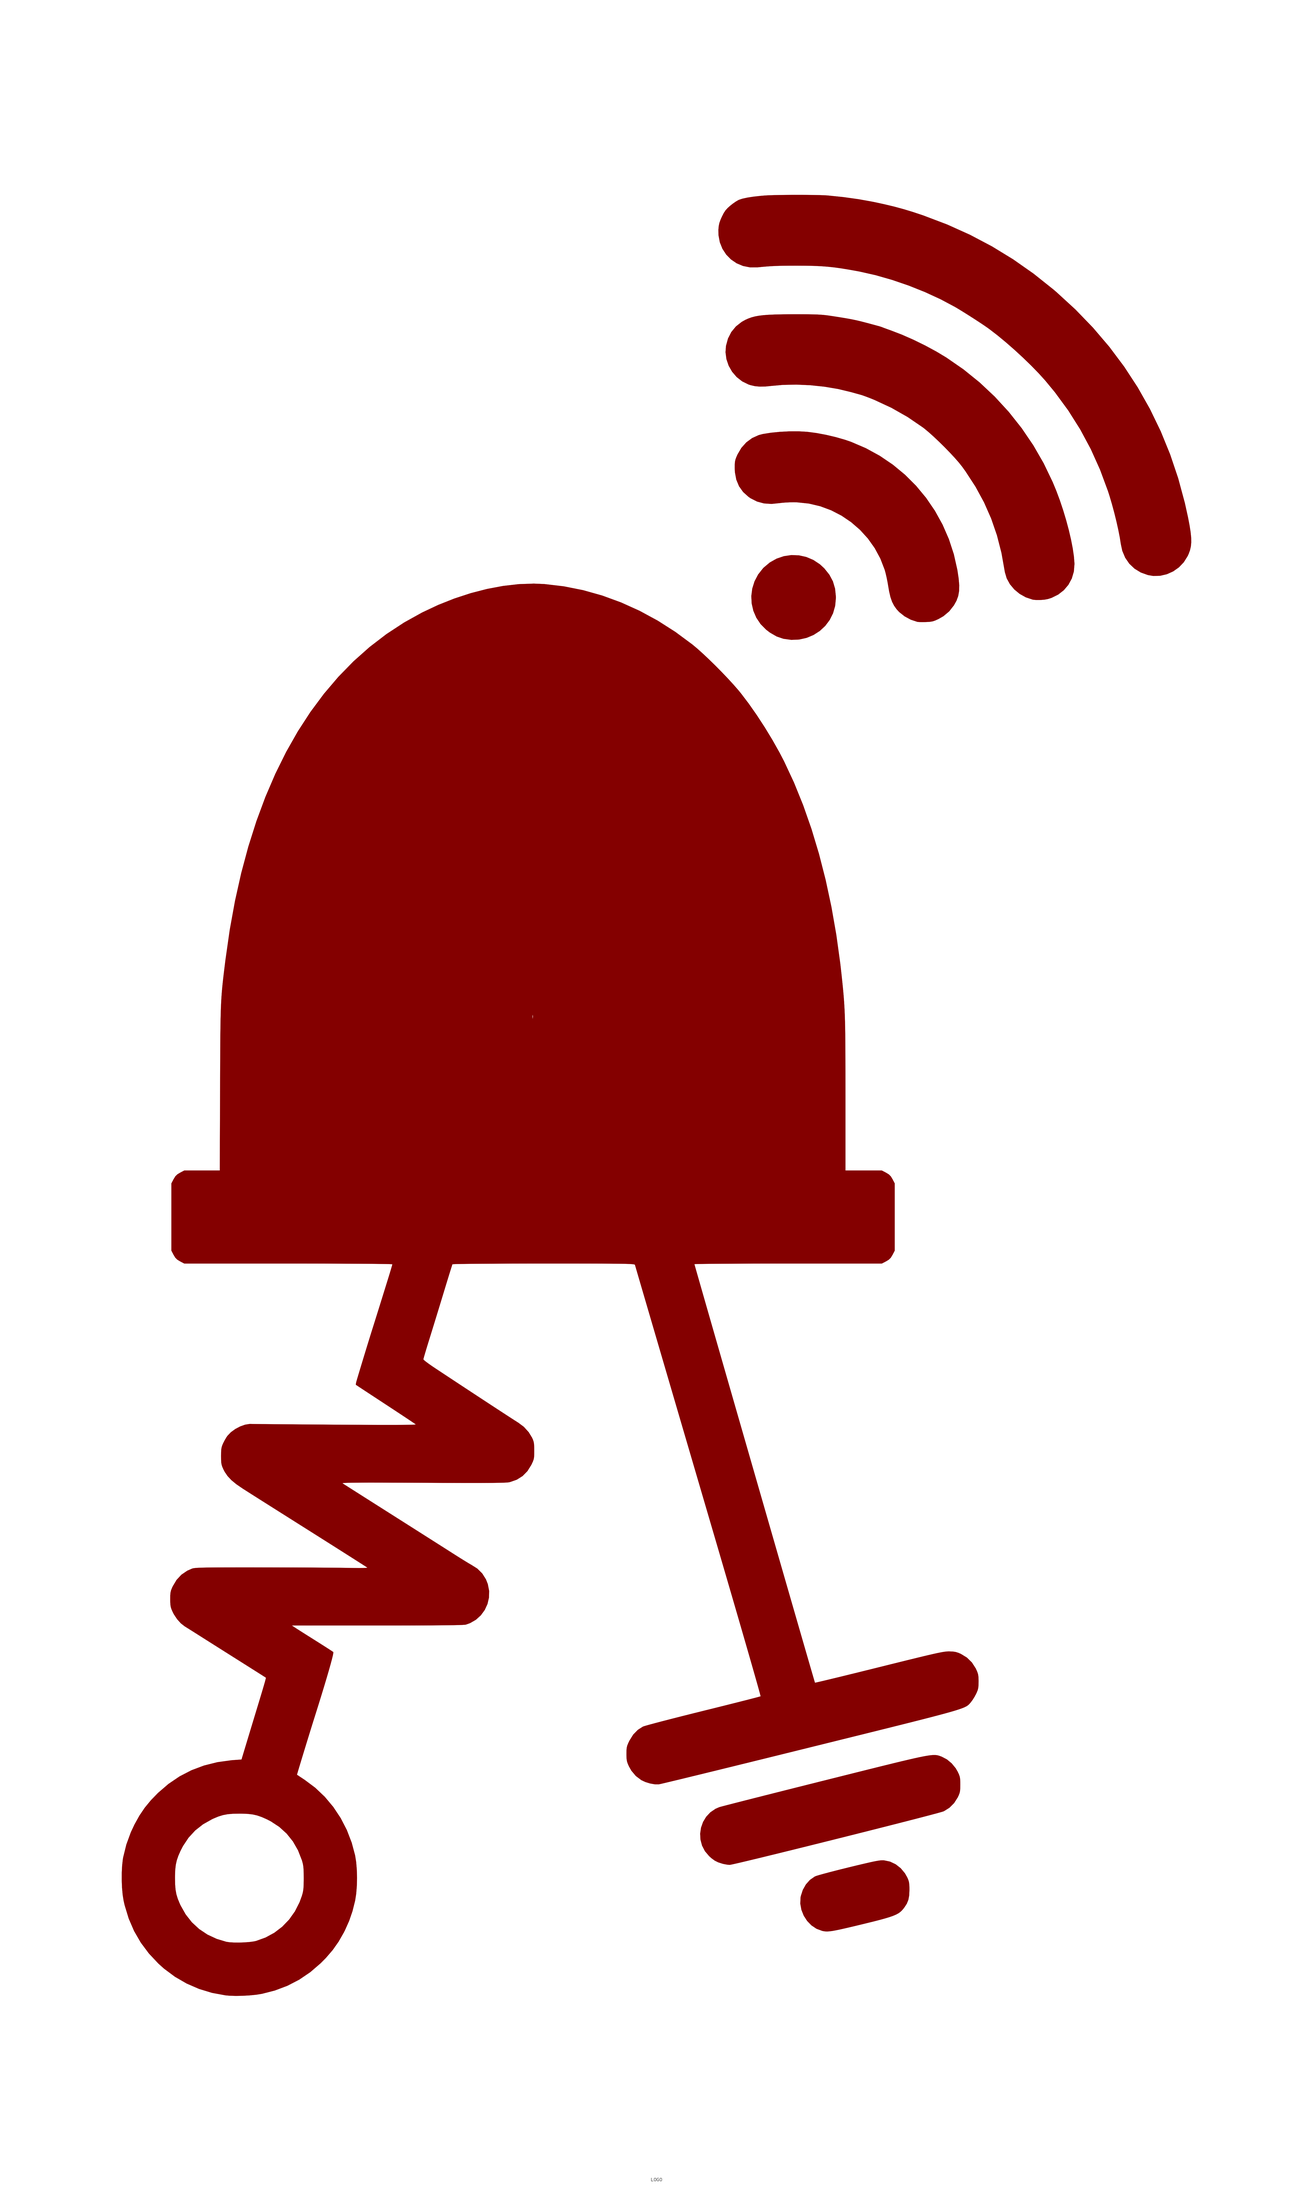
<source format=kicad_sym>
(kicad_symbol_lib
  (version 20210619)
  (generator bitmap2component)
  (symbol "LOGO"
    (pin_names
      (offset 1.016))
    (property "Reference" "#G"
      (at 0 257.67 0)
      (effects (font (size 1.27 1.27)) hide))
    (symbol "LOGO_0_0"
      (polyline (pts (xy -92.398 -238.607) (xy -90.495 -238.498) (xy -88.707 -238.318) (xy -87.178 -238.074) (xy -83.709 -237.185) (xy -80.291 -235.897) (xy -77.091 -234.24) (xy -74.094 -232.207) (xy -71.288 -229.791) (xy -69.877 -228.368) (xy -68.03 -226.221) (xy -66.445 -223.971) (xy -65.026 -221.492) (xy -64.718 -220.886) (xy -63.575 -218.328) (xy -62.68 -215.723) (xy -61.968 -212.887) (xy -61.953 -212.815) (xy -61.672 -211.003) (xy -61.505 -208.92) (xy -61.45 -206.702) (xy -61.51 -204.488) (xy -61.682 -202.413) (xy -61.968 -200.617) (xy -62.885 -197.192) (xy -64.207 -193.758) (xy -65.877 -190.523) (xy -67.874 -187.516) (xy -70.176 -184.771) (xy -72.762 -182.318) (xy -75.612 -180.189) (xy -76.404 -179.666) (xy -77.081 -179.217) (xy -77.538 -178.909) (xy -77.707 -178.789) (xy -77.686 -178.7) (xy -77.558 -178.252) (xy -77.329 -177.475) (xy -77.013 -176.423) (xy -76.628 -175.149) (xy -76.189 -173.705) (xy -75.712 -172.144) (xy -75.214 -170.518) (xy -74.71 -168.881) (xy -74.217 -167.285) (xy -73.751 -165.783) (xy -73.328 -164.427) (xy -72.963 -163.27) (xy -72.871 -162.979) (xy -71.945 -160.034) (xy -71.097 -157.298) (xy -70.333 -154.794) (xy -69.659 -152.543) (xy -69.082 -150.567) (xy -68.608 -148.89) (xy -68.244 -147.532) (xy -67.996 -146.516) (xy -67.87 -145.865) (xy -67.873 -145.601) (xy -68.073 -145.458) (xy -68.597 -145.109) (xy -69.39 -144.596) (xy -70.4 -143.949) (xy -71.575 -143.203) (xy -72.864 -142.39) (xy -73.946 -141.709) (xy -75.205 -140.915) (xy -76.333 -140.201) (xy -77.273 -139.604) (xy -77.965 -139.161) (xy -78.351 -138.91) (xy -79.103 -138.405) (xy -55.965 -138.407) (xy -54.219 -138.407) (xy -50.305 -138.405) (xy -46.804 -138.399) (xy -43.706 -138.389) (xy -40.998 -138.376) (xy -38.667 -138.359) (xy -36.704 -138.338) (xy -35.094 -138.313) (xy -33.828 -138.284) (xy -32.892 -138.25) (xy -32.275 -138.212) (xy -31.965 -138.17) (xy -30.815 -137.758) (xy -29.24 -136.847) (xy -27.912 -135.645) (xy -26.862 -134.208) (xy -26.119 -132.589) (xy -25.714 -130.845) (xy -25.676 -129.03) (xy -26.034 -127.2) (xy -26.541 -125.913) (xy -27.545 -124.325) (xy -28.887 -123.003) (xy -30.566 -121.949) (xy -30.734 -121.858) (xy -31.295 -121.528) (xy -32.123 -121.024) (xy -33.156 -120.385) (xy -34.33 -119.648) (xy -35.584 -118.852) (xy -35.816 -118.703) (xy -36.845 -118.048) (xy -38.18 -117.198) (xy -39.778 -116.183) (xy -41.595 -115.029) (xy -43.587 -113.765) (xy -45.708 -112.418) (xy -47.916 -111.017) (xy -50.167 -109.59) (xy -52.415 -108.165) (xy -53.748 -107.32) (xy -55.803 -106.017) (xy -57.738 -104.79) (xy -59.523 -103.658) (xy -61.127 -102.639) (xy -62.52 -101.754) (xy -63.672 -101.022) (xy -64.551 -100.463) (xy -65.128 -100.094) (xy -65.371 -99.937) (xy -65.385 -99.918) (xy -65.295 -99.877) (xy -65.014 -99.842) (xy -64.523 -99.812) (xy -63.802 -99.787) (xy -62.83 -99.768) (xy -61.587 -99.754) (xy -60.054 -99.745) (xy -58.211 -99.741) (xy -56.037 -99.742) (xy -53.513 -99.748) (xy -50.618 -99.757) (xy -47.333 -99.772) (xy -43.637 -99.79) (xy -42.721 -99.795) (xy -38.961 -99.813) (xy -35.608 -99.825) (xy -32.643 -99.833) (xy -30.047 -99.835) (xy -27.801 -99.832) (xy -25.886 -99.824) (xy -24.283 -99.81) (xy -22.973 -99.79) (xy -21.937 -99.764) (xy -21.156 -99.733) (xy -20.611 -99.695) (xy -20.282 -99.652) (xy -20.008 -99.591) (xy -18.189 -98.955) (xy -16.618 -97.968) (xy -15.306 -96.639) (xy -14.265 -94.977) (xy -14.112 -94.666) (xy -13.8 -93.986) (xy -13.606 -93.422) (xy -13.504 -92.838) (xy -13.464 -92.097) (xy -13.459 -91.063) (xy -13.469 -90.148) (xy -13.512 -89.338) (xy -13.611 -88.724) (xy -13.786 -88.176) (xy -14.061 -87.567) (xy -14.967 -86.09) (xy -16.266 -84.658) (xy -17.789 -83.52) (xy -17.982 -83.401) (xy -18.586 -83.018) (xy -19.498 -82.43) (xy -20.685 -81.661) (xy -22.113 -80.731) (xy -23.751 -79.662) (xy -25.564 -78.477) (xy -27.52 -77.195) (xy -29.586 -75.839) (xy -31.73 -74.431) (xy -33.917 -72.992) (xy -36.115 -71.543) (xy -38.292 -70.107) (xy -40.414 -68.704) (xy -41.211 -68.167) (xy -42.116 -67.53) (xy -42.835 -66.992) (xy -43.31 -66.597) (xy -43.481 -66.39) (xy -43.438 -66.187) (xy -43.282 -65.615) (xy -43.027 -64.739) (xy -42.692 -63.618) (xy -42.293 -62.31) (xy -41.848 -60.875) (xy -41.672 -60.31) (xy -41.153 -58.636) (xy -40.553 -56.692) (xy -39.903 -54.578) (xy -39.234 -52.397) (xy -38.578 -50.25) (xy -37.965 -48.238) (xy -37.472 -46.617) (xy -36.985 -45.028) (xy -36.549 -43.613) (xy -36.178 -42.421) (xy -35.887 -41.498) (xy -35.691 -40.892) (xy -35.604 -40.65) (xy -35.561 -40.64) (xy -35.164 -40.617) (xy -34.374 -40.594) (xy -33.22 -40.573) (xy -31.728 -40.553) (xy -29.925 -40.535) (xy -27.839 -40.518) (xy -25.496 -40.504) (xy -22.924 -40.491) (xy -20.149 -40.481) (xy -17.199 -40.474) (xy -14.101 -40.469) (xy -10.883 -40.468) (xy -9.06 -40.468) (xy -5.471 -40.468) (xy -2.279 -40.47) (xy 0.54 -40.473) (xy 3.009 -40.477) (xy 5.152 -40.484) (xy 6.991 -40.492) (xy 8.55 -40.504) (xy 9.851 -40.518) (xy 10.919 -40.536) (xy 11.776 -40.558) (xy 12.446 -40.584) (xy 12.951 -40.614) (xy 13.316 -40.649) (xy 13.563 -40.689) (xy 13.715 -40.735) (xy 13.796 -40.787) (xy 13.829 -40.844) (xy 13.844 -40.897) (xy 13.97 -41.331) (xy 14.213 -42.166) (xy 14.57 -43.391) (xy 15.039 -44.995) (xy 15.617 -46.969) (xy 16.3 -49.302) (xy 17.086 -51.985) (xy 17.971 -55.007) (xy 18.953 -58.358) (xy 20.029 -62.029) (xy 21.195 -66.008) (xy 22.45 -70.287) (xy 23.789 -74.854) (xy 25.21 -79.701) (xy 26.71 -84.816) (xy 28.287 -90.189) (xy 29.936 -95.811) (xy 31.655 -101.672) (xy 33.441 -107.761) (xy 35.292 -114.068) (xy 36.317 -117.564) (xy 37.521 -121.676) (xy 38.687 -125.663) (xy 39.808 -129.506) (xy 40.88 -133.184) (xy 41.896 -136.68) (xy 42.851 -139.973) (xy 43.74 -143.045) (xy 44.558 -145.877) (xy 45.298 -148.449) (xy 45.955 -150.742) (xy 46.523 -152.737) (xy 46.998 -154.415) (xy 47.373 -155.756) (xy 47.643 -156.743) (xy 47.803 -157.354) (xy 47.846 -157.572) (xy 47.631 -157.642) (xy 47.028 -157.807) (xy 46.072 -158.058) (xy 44.797 -158.387) (xy 43.234 -158.786) (xy 41.417 -159.245) (xy 39.379 -159.757) (xy 37.154 -160.314) (xy 34.773 -160.906) (xy 32.272 -161.525) (xy 29.973 -162.096) (xy 27.542 -162.705) (xy 25.248 -163.285) (xy 23.126 -163.827) (xy 21.211 -164.322) (xy 19.539 -164.761) (xy 18.144 -165.134) (xy 17.062 -165.434) (xy 16.328 -165.649) (xy 15.977 -165.772) (xy 14.611 -166.641) (xy 13.347 -167.929) (xy 12.328 -169.57) (xy 12.033 -170.18) (xy 11.751 -170.863) (xy 11.595 -171.476) (xy 11.53 -172.187) (xy 11.517 -173.161) (xy 11.519 -173.577) (xy 11.554 -174.462) (xy 11.656 -175.143) (xy 11.859 -175.781) (xy 12.195 -176.541) (xy 12.854 -177.704) (xy 14.059 -179.135) (xy 15.536 -180.246) (xy 16.616 -180.755) (xy 17.9 -181.154) (xy 19.179 -181.378) (xy 20.283 -181.386) (xy 20.288 -181.385) (xy 20.617 -181.317) (xy 21.343 -181.151) (xy 22.444 -180.891) (xy 23.899 -180.543) (xy 25.687 -180.112) (xy 27.788 -179.603) (xy 30.18 -179.021) (xy 32.843 -178.372) (xy 35.756 -177.66) (xy 38.897 -176.89) (xy 42.247 -176.067) (xy 45.783 -175.198) (xy 49.486 -174.286) (xy 53.334 -173.337) (xy 57.306 -172.356) (xy 61.381 -171.348) (xy 63.281 -170.878) (xy 68.041 -169.7) (xy 72.407 -168.619) (xy 76.397 -167.631) (xy 80.029 -166.729) (xy 83.321 -165.91) (xy 86.289 -165.168) (xy 88.952 -164.499) (xy 91.327 -163.897) (xy 93.433 -163.357) (xy 95.285 -162.875) (xy 96.903 -162.446) (xy 98.304 -162.064) (xy 99.505 -161.726) (xy 100.524 -161.424) (xy 101.378 -161.156) (xy 102.086 -160.916) (xy 102.665 -160.699) (xy 103.132 -160.499) (xy 103.506 -160.313) (xy 103.803 -160.135) (xy 104.042 -159.961) (xy 104.24 -159.784) (xy 104.415 -159.601) (xy 104.584 -159.407) (xy 104.764 -159.196) (xy 105.191 -158.635) (xy 105.733 -157.787) (xy 106.2 -156.92) (xy 106.339 -156.626) (xy 106.621 -155.942) (xy 106.782 -155.315) (xy 106.855 -154.583) (xy 106.872 -153.584) (xy 106.87 -153.178) (xy 106.836 -152.293) (xy 106.734 -151.612) (xy 106.529 -150.971) (xy 106.189 -150.204) (xy 106.097 -150.014) (xy 105.06 -148.409) (xy 103.717 -147.096) (xy 102.098 -146.107) (xy 101.473 -145.832) (xy 100.725 -145.586) (xy 99.944 -145.464) (xy 98.934 -145.424) (xy 98.89 -145.424) (xy 98.543 -145.429) (xy 98.158 -145.455) (xy 97.705 -145.507) (xy 97.155 -145.592) (xy 96.479 -145.716) (xy 95.649 -145.887) (xy 94.633 -146.11) (xy 93.405 -146.393) (xy 91.934 -146.741) (xy 90.191 -147.162) (xy 88.148 -147.661) (xy 85.774 -148.246) (xy 83.041 -148.923) (xy 79.92 -149.699) (xy 78.425 -150.07) (xy 75.842 -150.709) (xy 73.398 -151.312) (xy 71.124 -151.87) (xy 69.051 -152.375) (xy 67.21 -152.821) (xy 65.632 -153.2) (xy 64.348 -153.505) (xy 63.388 -153.727) (xy 62.784 -153.86) (xy 62.567 -153.896) (xy 62.552 -153.851) (xy 62.435 -153.462) (xy 62.207 -152.688) (xy 61.875 -151.55) (xy 61.444 -150.069) (xy 60.92 -148.266) (xy 60.31 -146.16) (xy 59.618 -143.772) (xy 58.851 -141.122) (xy 58.016 -138.232) (xy 57.116 -135.12) (xy 56.159 -131.809) (xy 55.151 -128.318) (xy 54.097 -124.668) (xy 53.004 -120.879) (xy 51.876 -116.971) (xy 50.72 -112.966) (xy 49.543 -108.883) (xy 48.349 -104.743) (xy 47.145 -100.567) (xy 45.937 -96.374) (xy 44.73 -92.186) (xy 43.53 -88.023) (xy 42.344 -83.905) (xy 41.176 -79.852) (xy 40.035 -75.886) (xy 38.923 -72.026) (xy 37.849 -68.293) (xy 36.818 -64.708) (xy 35.835 -61.291) (xy 34.907 -58.062) (xy 34.039 -55.041) (xy 33.237 -52.25) (xy 32.508 -49.709) (xy 31.857 -47.438) (xy 31.29 -45.457) (xy 30.812 -43.788) (xy 30.431 -42.45) (xy 30.151 -41.464) (xy 29.979 -40.85) (xy 29.92 -40.629) (xy 30.001 -40.616) (xy 30.463 -40.596) (xy 31.314 -40.577) (xy 32.525 -40.558) (xy 34.071 -40.541) (xy 35.924 -40.525) (xy 38.06 -40.511) (xy 40.45 -40.498) (xy 43.069 -40.488) (xy 45.889 -40.479) (xy 48.885 -40.473) (xy 52.029 -40.469) (xy 55.296 -40.468) (xy 80.671 -40.468) (xy 81.819 -39.868) (xy 82.546 -39.429) (xy 83.092 -38.895) (xy 83.565 -38.122) (xy 84.164 -36.975) (xy 84.164 -18.776) (xy 83.565 -17.629) (xy 83.126 -16.902) (xy 82.591 -16.356) (xy 81.819 -15.882) (xy 80.671 -15.283) (xy 70.819 -15.283) (xy 70.819 5.257) (xy 70.818 8.117) (xy 70.816 11.473) (xy 70.81 14.462) (xy 70.801 17.12) (xy 70.785 19.484) (xy 70.763 21.59) (xy 70.733 23.472) (xy 70.694 25.169) (xy 70.644 26.715) (xy 70.583 28.146) (xy 70.509 29.5) (xy 70.422 30.81) (xy 70.319 32.115) (xy 70.2 33.45) (xy 70.063 34.85) (xy 69.908 36.352) (xy 69.732 37.992) (xy 69.415 40.777) (xy 68.343 48.526) (xy 67.022 56.06) (xy 65.458 63.356) (xy 63.656 70.389) (xy 61.624 77.137) (xy 59.367 83.576) (xy 56.892 89.684) (xy 54.205 95.437) (xy 52.961 97.825) (xy 51.063 101.195) (xy 48.997 104.596) (xy 46.833 107.916) (xy 44.642 111.045) (xy 42.495 113.87) (xy 41.812 114.7) (xy 40.498 116.206) (xy 38.978 117.861) (xy 37.322 119.594) (xy 35.598 121.338) (xy 33.873 123.023) (xy 32.217 124.582) (xy 30.697 125.945) (xy 29.382 127.044) (xy 24.766 130.458) (xy 19.995 133.501) (xy 15.094 136.159) (xy 10.082 138.424) (xy 4.978 140.29) (xy -0.201 141.747) (xy -5.436 142.789) (xy -10.709 143.409) (xy -13.575 143.528) (xy -17.653 143.386) (xy -21.887 142.901) (xy -26.232 142.086) (xy -30.642 140.949) (xy -35.071 139.502) (xy -39.474 137.756) (xy -43.804 135.72) (xy -48.676 133.016) (xy -53.479 129.869) (xy -58.056 126.36) (xy -62.405 122.495) (xy -66.523 118.277) (xy -70.409 113.712) (xy -74.059 108.802) (xy -77.471 103.553) (xy -80.643 97.97) (xy -83.572 92.055) (xy -86.256 85.814) (xy -88.692 79.252) (xy -90.878 72.371) (xy -92.811 65.177) (xy -94.489 57.675) (xy -95.91 49.867) (xy -97.07 41.759) (xy -97.177 40.906) (xy -97.378 39.282) (xy -97.557 37.81) (xy -97.715 36.456) (xy -97.853 35.184) (xy -97.973 33.962) (xy -98.077 32.754) (xy -98.165 31.527) (xy -98.239 30.245) (xy -98.3 28.876) (xy -98.35 27.385) (xy -98.376 26.369) (xy -13.937 26.369) (xy -13.932 26.603) (xy -13.896 26.862) (xy -13.839 26.743) (xy -13.803 26.399) (xy -13.844 25.882) (xy -13.871 25.811) (xy -13.92 25.926) (xy -13.937 26.369) (xy -98.376 26.369) (xy -98.391 25.737) (xy -98.424 23.898) (xy -98.45 21.834) (xy -98.47 19.512) (xy -98.487 16.895) (xy -98.501 13.951) (xy -98.514 10.645) (xy -98.528 6.942) (xy -98.609 -15.283) (xy -108.224 -15.283) (xy -109.371 -15.882) (xy -110.098 -16.322) (xy -110.644 -16.856) (xy -111.118 -17.629) (xy -111.717 -18.776) (xy -111.717 -36.975) (xy -111.118 -38.122) (xy -110.678 -38.849) (xy -110.144 -39.395) (xy -109.371 -39.868) (xy -108.224 -40.468) (xy -80.05 -40.468) (xy -79.431 -40.468) (xy -75.933 -40.47) (xy -72.577 -40.474) (xy -69.386 -40.481) (xy -66.384 -40.491) (xy -63.596 -40.502) (xy -61.046 -40.516) (xy -58.758 -40.531) (xy -56.756 -40.548) (xy -55.063 -40.567) (xy -53.705 -40.587) (xy -52.705 -40.608) (xy -52.087 -40.631) (xy -51.876 -40.654) (xy -51.908 -40.8) (xy -52.048 -41.307) (xy -52.28 -42.101) (xy -52.584 -43.109) (xy -52.938 -44.26) (xy -53.504 -46.082) (xy -54.5 -49.285) (xy -55.378 -52.104) (xy -56.146 -54.558) (xy -56.807 -56.664) (xy -57.368 -58.442) (xy -57.412 -58.581) (xy -57.745 -59.645) (xy -58.158 -60.978) (xy -58.629 -62.505) (xy -59.133 -64.151) (xy -59.649 -65.839) (xy -60.152 -67.495) (xy -60.62 -69.041) (xy -61.031 -70.404) (xy -61.359 -71.506) (xy -61.584 -72.273) (xy -61.654 -72.534) (xy -61.758 -73.034) (xy -61.759 -73.27) (xy -61.655 -73.341) (xy -61.227 -73.626) (xy -60.501 -74.105) (xy -59.516 -74.754) (xy -58.306 -75.549) (xy -56.91 -76.465) (xy -55.365 -77.478) (xy -53.706 -78.565) (xy -52.531 -79.335) (xy -50.938 -80.382) (xy -49.48 -81.344) (xy -48.194 -82.195) (xy -47.118 -82.912) (xy -46.289 -83.468) (xy -45.746 -83.838) (xy -45.526 -83.999) (xy -45.555 -84.019) (xy -45.907 -84.055) (xy -46.651 -84.084) (xy -47.794 -84.106) (xy -49.338 -84.12) (xy -51.288 -84.129) (xy -53.647 -84.13) (xy -56.421 -84.124) (xy -59.613 -84.112) (xy -63.227 -84.093) (xy -67.267 -84.067) (xy -69.348 -84.052) (xy -72.337 -84.031) (xy -75.198 -84.01) (xy -77.901 -83.989) (xy -80.415 -83.969) (xy -82.71 -83.949) (xy -84.756 -83.931) (xy -86.522 -83.915) (xy -87.98 -83.9) (xy -89.097 -83.887) (xy -89.844 -83.876) (xy -90.192 -83.868) (xy -90.504 -83.867) (xy -91.754 -84.067) (xy -93.099 -84.548) (xy -94.421 -85.248) (xy -95.603 -86.109) (xy -96.529 -87.073) (xy -96.808 -87.478) (xy -97.268 -88.254) (xy -97.685 -89.065) (xy -97.892 -89.531) (xy -98.087 -90.099) (xy -98.2 -90.706) (xy -98.251 -91.483) (xy -98.263 -92.559) (xy -98.253 -93.606) (xy -98.206 -94.37) (xy -98.098 -94.971) (xy -97.904 -95.542) (xy -97.6 -96.219) (xy -97.279 -96.835) (xy -96.494 -97.984) (xy -95.466 -99.078) (xy -94.137 -100.174) (xy -92.452 -101.329) (xy -92.373 -101.38) (xy -91.862 -101.706) (xy -91.37 -102.02) (xy -90.87 -102.338) (xy -90.338 -102.677) (xy -89.747 -103.052) (xy -89.072 -103.48) (xy -88.288 -103.976) (xy -87.369 -104.558) (xy -86.29 -105.24) (xy -85.026 -106.038) (xy -83.55 -106.971) (xy -81.837 -108.052) (xy -79.862 -109.299) (xy -77.6 -110.727) (xy -75.024 -112.352) (xy -72.11 -114.191) (xy -70.181 -115.409) (xy -68.106 -116.721) (xy -66.162 -117.952) (xy -64.377 -119.084) (xy -62.781 -120.097) (xy -61.403 -120.974) (xy -60.272 -121.696) (xy -59.418 -122.244) (xy -58.87 -122.6) (xy -58.657 -122.745) (xy -58.682 -122.778) (xy -59.044 -122.825) (xy -59.787 -122.853) (xy -60.88 -122.863) (xy -62.291 -122.853) (xy -63.989 -122.824) (xy -64.173 -122.82) (xy -65.357 -122.802) (xy -66.917 -122.783) (xy -68.805 -122.766) (xy -70.976 -122.749) (xy -73.383 -122.734) (xy -75.98 -122.721) (xy -78.721 -122.71) (xy -81.56 -122.701) (xy -84.45 -122.694) (xy -87.345 -122.69) (xy -89.705 -122.688) (xy -92.638 -122.687) (xy -95.189 -122.689) (xy -97.387 -122.694) (xy -99.259 -122.702) (xy -100.834 -122.715) (xy -102.139 -122.731) (xy -103.204 -122.753) (xy -104.056 -122.78) (xy -104.723 -122.813) (xy -105.235 -122.853) (xy -105.618 -122.899) (xy -105.901 -122.953) (xy -106.113 -123.014) (xy -107.425 -123.588) (xy -109.009 -124.667) (xy -110.319 -126.077) (xy -111.359 -127.822) (xy -111.581 -128.305) (xy -111.826 -128.944) (xy -111.963 -129.555) (xy -112.023 -130.291) (xy -112.034 -131.305) (xy -112.028 -131.903) (xy -111.987 -132.758) (xy -111.881 -133.42) (xy -111.68 -134.046) (xy -111.352 -134.788) (xy -111.043 -135.389) (xy -110.168 -136.704) (xy -109.149 -137.835) (xy -108.085 -138.66) (xy -107.818 -138.824) (xy -107.172 -139.226) (xy -106.298 -139.774) (xy -105.275 -140.419) (xy -104.183 -141.111) (xy -104.135 -141.142) (xy -103.213 -141.726) (xy -101.994 -142.498) (xy -100.54 -143.417) (xy -98.914 -144.444) (xy -97.18 -145.539) (xy -95.399 -146.663) (xy -93.636 -147.776) (xy -92.963 -148.2) (xy -91.398 -149.188) (xy -89.964 -150.093) (xy -88.702 -150.891) (xy -87.648 -151.558) (xy -86.843 -152.069) (xy -86.325 -152.399) (xy -86.132 -152.525) (xy -86.126 -152.538) (xy -86.142 -152.695) (xy -86.224 -153.049) (xy -86.38 -153.63) (xy -86.62 -154.468) (xy -86.951 -155.594) (xy -87.383 -157.04) (xy -87.926 -158.835) (xy -88.587 -161.01) (xy -88.659 -161.247) (xy -89.098 -162.692) (xy -89.615 -164.394) (xy -90.169 -166.221) (xy -90.721 -168.043) (xy -91.231 -169.728) (xy -92.728 -174.679) (xy -94.85 -174.828) (xy -95.447 -174.875) (xy -99.267 -175.399) (xy -102.882 -176.302) (xy -106.293 -177.583) (xy -109.504 -179.244) (xy -112.518 -181.287) (xy -115.337 -183.712) (xy -117.254 -185.682) (xy -118.921 -187.704) (xy -120.374 -189.852) (xy -121.712 -192.258) (xy -122.703 -194.369) (xy -123.915 -197.678) (xy -124.775 -201.155) (xy -124.872 -201.718) (xy -125.059 -203.418) (xy -125.155 -205.357) (xy -125.159 -206.752) (xy -110.748 -206.752) (xy -110.745 -206.166) (xy -110.686 -204.547) (xy -110.533 -203.187) (xy -110.259 -201.957) (xy -109.839 -200.731) (xy -109.247 -199.381) (xy -108.591 -198.109) (xy -107.074 -195.83) (xy -105.262 -193.863) (xy -103.146 -192.201) (xy -100.72 -190.835) (xy -100.227 -190.607) (xy -98.927 -190.072) (xy -97.714 -189.702) (xy -96.46 -189.47) (xy -95.035 -189.35) (xy -93.313 -189.316) (xy -92.675 -189.32) (xy -91.071 -189.381) (xy -89.719 -189.536) (xy -88.494 -189.813) (xy -87.265 -190.237) (xy -85.906 -190.835) (xy -84.802 -191.4) (xy -82.499 -192.913) (xy -80.497 -194.731) (xy -78.804 -196.845) (xy -77.43 -199.243) (xy -76.382 -201.916) (xy -76.283 -202.241) (xy -76.107 -202.919) (xy -75.99 -203.603) (xy -75.92 -204.399) (xy -75.886 -205.413) (xy -75.877 -206.752) (xy -75.879 -207.39) (xy -75.897 -208.572) (xy -75.946 -209.477) (xy -76.035 -210.21) (xy -76.177 -210.879) (xy -76.382 -211.587) (xy -77.008 -213.3) (xy -78.264 -215.774) (xy -79.84 -217.993) (xy -81.709 -219.929) (xy -83.842 -221.557) (xy -86.212 -222.848) (xy -88.792 -223.776) (xy -89.393 -223.907) (xy -90.548 -224.061) (xy -91.906 -224.165) (xy -93.343 -224.214) (xy -94.732 -224.205) (xy -95.948 -224.135) (xy -96.864 -224) (xy -99.441 -223.221) (xy -101.95 -222.055) (xy -104.198 -220.554) (xy -106.171 -218.729) (xy -107.853 -216.594) (xy -109.23 -214.159) (xy -109.458 -213.666) (xy -109.993 -212.366) (xy -110.363 -211.153) (xy -110.594 -209.899) (xy -110.714 -208.474) (xy -110.748 -206.752) (xy -125.159 -206.752) (xy -125.162 -207.404) (xy -125.079 -209.428) (xy -124.91 -211.299) (xy -124.655 -212.887) (xy -124.376 -214.106) (xy -123.277 -217.713) (xy -121.822 -221.083) (xy -120.002 -224.228) (xy -117.811 -227.161) (xy -115.244 -229.892) (xy -113.696 -231.276) (xy -110.755 -233.463) (xy -107.591 -235.293) (xy -104.234 -236.75) (xy -100.714 -237.821) (xy -97.06 -238.492) (xy -95.977 -238.588) (xy -94.273 -238.639) (xy -92.398 -238.607)) (stroke (width 0.01)) (fill (type outline)))
      (polyline (pts (xy 66.601 -221.158) (xy 67.365 -221.052) (xy 68.321 -220.877) (xy 69.513 -220.627) (xy 70.986 -220.294) (xy 72.787 -219.872) (xy 74.96 -219.352) (xy 75.828 -219.142) (xy 78.05 -218.598) (xy 79.906 -218.125) (xy 81.436 -217.709) (xy 82.681 -217.336) (xy 83.682 -216.99) (xy 84.478 -216.657) (xy 85.11 -216.322) (xy 85.619 -215.97) (xy 86.045 -215.586) (xy 86.429 -215.155) (xy 86.755 -214.742) (xy 87.431 -213.704) (xy 87.858 -212.654) (xy 88.082 -211.458) (xy 88.147 -209.981) (xy 88.143 -209.385) (xy 88.109 -208.495) (xy 88.017 -207.826) (xy 87.845 -207.239) (xy 87.57 -206.597) (xy 86.921 -205.451) (xy 85.784 -204.091) (xy 84.422 -203.027) (xy 82.893 -202.302) (xy 81.258 -201.962) (xy 81.231 -201.96) (xy 80.843 -201.946) (xy 80.392 -201.968) (xy 79.836 -202.034) (xy 79.129 -202.153) (xy 78.227 -202.333) (xy 77.086 -202.584) (xy 75.66 -202.914) (xy 73.907 -203.332) (xy 71.78 -203.847) (xy 71.468 -203.924) (xy 69.631 -204.378) (xy 67.901 -204.816) (xy 66.331 -205.223) (xy 64.972 -205.586) (xy 63.876 -205.891) (xy 63.094 -206.124) (xy 62.68 -206.271) (xy 62.486 -206.366) (xy 61.201 -207.258) (xy 60.114 -208.479) (xy 59.276 -209.962) (xy 58.735 -211.64) (xy 58.664 -212.021) (xy 58.599 -213.703) (xy 58.901 -215.361) (xy 59.529 -216.932) (xy 60.445 -218.351) (xy 61.609 -219.553) (xy 62.98 -220.473) (xy 64.519 -221.047) (xy 64.545 -221.053) (xy 64.999 -221.145) (xy 65.463 -221.197) (xy 65.981 -221.204) (xy 66.601 -221.158)) (stroke (width 0.01)) (fill (type outline)))
      (polyline (pts (xy 39.75 -203.138) (xy 40.449 -202.991) (xy 41.507 -202.752) (xy 42.894 -202.428) (xy 44.579 -202.028) (xy 46.533 -201.558) (xy 48.727 -201.026) (xy 51.13 -200.439) (xy 53.713 -199.805) (xy 56.447 -199.132) (xy 59.301 -198.426) (xy 62.245 -197.695) (xy 65.251 -196.946) (xy 68.287 -196.188) (xy 71.326 -195.427) (xy 74.336 -194.671) (xy 77.288 -193.927) (xy 80.153 -193.202) (xy 82.9 -192.505) (xy 85.501 -191.843) (xy 87.924 -191.222) (xy 90.141 -190.651) (xy 92.121 -190.137) (xy 93.836 -189.687) (xy 95.255 -189.309) (xy 96.349 -189.009) (xy 97.087 -188.797) (xy 97.44 -188.679) (xy 97.522 -188.641) (xy 98.996 -187.715) (xy 100.253 -186.457) (xy 101.223 -184.934) (xy 101.476 -184.405) (xy 101.716 -183.791) (xy 101.851 -183.195) (xy 101.91 -182.468) (xy 101.923 -181.459) (xy 101.917 -180.697) (xy 101.874 -179.907) (xy 101.763 -179.29) (xy 101.555 -178.695) (xy 101.218 -177.974) (xy 100.67 -177.03) (xy 99.589 -175.717) (xy 98.307 -174.651) (xy 96.921 -173.925) (xy 96.863 -173.903) (xy 96.528 -173.776) (xy 96.214 -173.665) (xy 95.9 -173.573) (xy 95.563 -173.505) (xy 95.182 -173.466) (xy 94.734 -173.46) (xy 94.198 -173.491) (xy 93.552 -173.564) (xy 92.773 -173.684) (xy 91.84 -173.854) (xy 90.731 -174.08) (xy 89.423 -174.365) (xy 87.896 -174.715) (xy 86.126 -175.133) (xy 84.092 -175.624) (xy 81.772 -176.192) (xy 79.144 -176.842) (xy 76.187 -177.578) (xy 72.877 -178.405) (xy 69.194 -179.327) (xy 65.114 -180.349) (xy 64.106 -180.601) (xy 60.759 -181.441) (xy 57.525 -182.253) (xy 54.428 -183.032) (xy 51.495 -183.772) (xy 48.751 -184.465) (xy 46.221 -185.106) (xy 43.93 -185.687) (xy 41.905 -186.203) (xy 40.17 -186.647) (xy 38.751 -187.013) (xy 37.674 -187.293) (xy 36.963 -187.483) (xy 36.645 -187.574) (xy 35.625 -188.021) (xy 34.225 -188.977) (xy 33.098 -190.185) (xy 32.257 -191.587) (xy 31.713 -193.125) (xy 31.48 -194.739) (xy 31.568 -196.373) (xy 31.991 -197.966) (xy 32.76 -199.461) (xy 33.888 -200.799) (xy 34.53 -201.377) (xy 35.426 -202.035) (xy 36.36 -202.499) (xy 37.504 -202.866) (xy 37.908 -202.964) (xy 38.75 -203.119) (xy 39.44 -203.186) (xy 39.75 -203.138)) (stroke (width 0.01)) (fill (type outline)))
      (polyline (pts (xy 58.296 128.402) (xy 60.315 128.853) (xy 62.189 129.638) (xy 63.878 130.725) (xy 65.346 132.085) (xy 66.553 133.689) (xy 67.463 135.507) (xy 68.036 137.509) (xy 68.236 139.667) (xy 68.232 139.989) (xy 68.01 142.166) (xy 67.427 144.136) (xy 66.461 145.948) (xy 65.094 147.654) (xy 63.903 148.755) (xy 62.128 149.929) (xy 60.214 150.736) (xy 58.212 151.176) (xy 56.173 151.249) (xy 54.148 150.953) (xy 52.189 150.289) (xy 50.347 149.256) (xy 48.672 147.852) (xy 48.503 147.678) (xy 47.17 145.988) (xy 46.199 144.136) (xy 45.587 142.175) (xy 45.332 140.159) (xy 45.433 138.138) (xy 45.886 136.166) (xy 46.691 134.294) (xy 47.845 132.576) (xy 49.346 131.063) (xy 50.376 130.275) (xy 52.198 129.224) (xy 54.029 128.6) (xy 56.168 128.312) (xy 58.296 128.402)) (stroke (width 0.01)) (fill (type outline)))
      (polyline (pts (xy 92.586 133.134) (xy 92.716 133.138) (xy 93.686 133.193) (xy 94.436 133.318) (xy 95.154 133.557) (xy 96.03 133.956) (xy 97.353 134.714) (xy 98.921 136.026) (xy 100.201 137.655) (xy 100.891 138.897) (xy 101.36 140.174) (xy 101.601 141.547) (xy 101.632 143.113) (xy 101.469 144.974) (xy 101.13 147.23) (xy 100.173 151.477) (xy 98.831 155.573) (xy 97.12 159.495) (xy 95.059 163.221) (xy 92.666 166.727) (xy 89.959 169.991) (xy 86.954 172.992) (xy 83.671 175.705) (xy 80.127 178.109) (xy 76.339 180.181) (xy 72.326 181.898) (xy 70.69 182.458) (xy 68.19 183.174) (xy 65.545 183.796) (xy 62.922 184.284) (xy 60.486 184.602) (xy 60.398 184.61) (xy 58.14 184.736) (xy 55.653 184.731) (xy 53.099 184.603) (xy 50.641 184.36) (xy 48.439 184.01) (xy 47.322 183.715) (xy 45.545 182.907) (xy 43.971 181.746) (xy 42.645 180.27) (xy 41.613 178.515) (xy 41.309 177.839) (xy 41.051 177.156) (xy 40.909 176.527) (xy 40.849 175.791) (xy 40.839 174.786) (xy 40.89 173.668) (xy 41.266 171.659) (xy 42.004 169.877) (xy 43.105 168.328) (xy 44.564 167.014) (xy 45.148 166.616) (xy 46.89 165.734) (xy 48.765 165.23) (xy 50.809 165.096) (xy 53.06 165.325) (xy 53.571 165.393) (xy 54.547 165.472) (xy 55.687 165.525) (xy 56.838 165.543) (xy 57.734 165.525) (xy 60.911 165.194) (xy 63.997 164.467) (xy 66.958 163.368) (xy 69.761 161.92) (xy 72.374 160.149) (xy 74.765 158.078) (xy 76.9 155.732) (xy 78.747 153.136) (xy 80.273 150.312) (xy 81.445 147.286) (xy 81.682 146.433) (xy 81.959 145.246) (xy 82.223 143.94) (xy 82.44 142.676) (xy 82.655 141.419) (xy 83.013 139.878) (xy 83.452 138.614) (xy 84.005 137.538) (xy 84.707 136.56) (xy 85.385 135.829) (xy 86.847 134.671) (xy 88.525 133.763) (xy 90.299 133.178) (xy 90.39 133.163) (xy 90.909 133.131) (xy 91.684 133.12) (xy 92.586 133.134)) (stroke (width 0.01)) (fill (type outline)))
      (polyline (pts (xy 123.631 139.099) (xy 124.731 139.191) (xy 125.651 139.359) (xy 126.643 139.676) (xy 128.438 140.564) (xy 129.97 141.758) (xy 131.206 143.22) (xy 132.117 144.909) (xy 132.672 146.784) (xy 132.84 148.806) (xy 132.833 149.08) (xy 132.685 150.916) (xy 132.372 153.06) (xy 131.908 155.447) (xy 131.31 158.009) (xy 130.596 160.677) (xy 129.782 163.385) (xy 128.885 166.066) (xy 127.921 168.652) (xy 126.933 171.035) (xy 124.5 176.093) (xy 121.697 180.954) (xy 118.541 185.595) (xy 115.054 189.994) (xy 111.252 194.126) (xy 107.156 197.97) (xy 102.784 201.501) (xy 98.156 204.698) (xy 95.491 206.3) (xy 92.427 207.958) (xy 89.246 209.516) (xy 86.086 210.905) (xy 83.088 212.056) (xy 82.739 212.179) (xy 81.898 212.481) (xy 81.22 212.73) (xy 80.828 212.883) (xy 80.463 213.02) (xy 79.859 213.206) (xy 79.342 213.343) (xy 78.675 213.522) (xy 78.029 213.698) (xy 76.506 214.107) (xy 75.219 214.439) (xy 74.073 214.715) (xy 72.975 214.953) (xy 71.829 215.175) (xy 70.541 215.4) (xy 69.016 215.647) (xy 67.159 215.936) (xy 66.801 215.991) (xy 65.902 216.118) (xy 65.046 216.217) (xy 64.167 216.292) (xy 63.197 216.345) (xy 62.067 216.381) (xy 60.709 216.402) (xy 59.057 216.412) (xy 57.042 216.413) (xy 56.348 216.412) (xy 53.912 216.395) (xy 51.846 216.352) (xy 50.102 216.28) (xy 48.631 216.171) (xy 47.386 216.021) (xy 46.319 215.824) (xy 45.383 215.576) (xy 44.528 215.269) (xy 43.707 214.9) (xy 42.728 214.353) (xy 41.157 213.118) (xy 39.915 211.609) (xy 39.015 209.847) (xy 38.471 207.848) (xy 38.349 206.14) (xy 38.592 204.273) (xy 39.199 202.492) (xy 40.134 200.856) (xy 41.364 199.426) (xy 42.854 198.26) (xy 44.569 197.418) (xy 45.098 197.241) (xy 46.312 196.961) (xy 47.636 196.84) (xy 49.169 196.872) (xy 51.009 197.053) (xy 53.857 197.307) (xy 57.515 197.384) (xy 61.306 197.219) (xy 65.115 196.82) (xy 68.826 196.197) (xy 72.326 195.359) (xy 72.826 195.219) (xy 73.755 194.96) (xy 74.528 194.746) (xy 75.016 194.613) (xy 75.255 194.541) (xy 75.909 194.314) (xy 76.767 193.996) (xy 77.707 193.632) (xy 78.658 193.247) (xy 83.26 191.111) (xy 87.66 188.614) (xy 91.806 185.785) (xy 92.212 185.472) (xy 93.404 184.478) (xy 94.762 183.259) (xy 96.215 181.886) (xy 97.691 180.43) (xy 99.12 178.962) (xy 100.429 177.554) (xy 101.548 176.277) (xy 102.405 175.201) (xy 103.35 173.893) (xy 106.055 169.738) (xy 108.362 165.5) (xy 110.288 161.136) (xy 111.852 156.603) (xy 113.07 151.858) (xy 113.96 146.858) (xy 113.991 146.655) (xy 114.491 144.957) (xy 115.36 143.373) (xy 116.548 141.953) (xy 118.003 140.75) (xy 119.675 139.816) (xy 121.511 139.203) (xy 121.644 139.176) (xy 122.54 139.092) (xy 123.631 139.099)) (stroke (width 0.01)) (fill (type outline)))
      (polyline (pts (xy 156.037 145.65) (xy 157.864 146.072) (xy 159.581 146.843) (xy 161.131 147.935) (xy 162.453 149.321) (xy 163.49 150.972) (xy 163.766 151.57) (xy 164.131 152.566) (xy 164.365 153.595) (xy 164.469 154.72) (xy 164.443 156.004) (xy 164.289 157.51) (xy 164.007 159.301) (xy 163.597 161.441) (xy 162.736 165.35) (xy 160.933 172.027) (xy 158.753 178.497) (xy 156.199 184.756) (xy 153.271 190.8) (xy 149.972 196.628) (xy 146.304 202.237) (xy 142.267 207.622) (xy 137.865 212.781) (xy 133.098 217.712) (xy 127.969 222.411) (xy 127.12 223.136) (xy 121.764 227.403) (xy 116.231 231.281) (xy 110.501 234.784) (xy 104.555 237.921) (xy 98.373 240.704) (xy 91.936 243.144) (xy 91.773 243.201) (xy 89.106 244.088) (xy 86.585 244.853) (xy 84.066 245.536) (xy 81.406 246.174) (xy 78.46 246.809) (xy 78.259 246.85) (xy 74.384 247.547) (xy 70.242 248.125) (xy 65.975 248.563) (xy 65.879 248.57) (xy 64.934 248.622) (xy 63.643 248.663) (xy 62.084 248.693) (xy 60.332 248.712) (xy 58.462 248.721) (xy 56.55 248.719) (xy 54.673 248.706) (xy 52.905 248.684) (xy 51.322 248.65) (xy 50 248.606) (xy 49.014 248.552) (xy 47.896 248.459) (xy 45.935 248.243) (xy 44.261 247.986) (xy 42.921 247.694) (xy 41.964 247.377) (xy 41.871 247.334) (xy 41.191 246.943) (xy 40.378 246.385) (xy 39.588 245.764) (xy 38.929 245.174) (xy 38.339 244.524) (xy 37.854 243.784) (xy 37.355 242.796) (xy 37.019 242.048) (xy 36.696 241.161) (xy 36.514 240.323) (xy 36.422 239.347) (xy 36.442 237.829) (xy 36.803 235.894) (xy 37.512 234.13) (xy 38.532 232.571) (xy 39.825 231.253) (xy 41.356 230.213) (xy 43.086 229.486) (xy 44.979 229.109) (xy 46.996 229.117) (xy 48.279 229.244) (xy 49.647 229.36) (xy 50.957 229.446) (xy 52.308 229.506) (xy 53.798 229.544) (xy 55.523 229.563) (xy 57.581 229.569) (xy 59.959 229.557) (xy 62.155 229.514) (xy 64.125 229.429) (xy 65.974 229.293) (xy 67.808 229.096) (xy 69.73 228.83) (xy 71.847 228.483) (xy 74.263 228.048) (xy 74.646 227.975) (xy 78.991 226.996) (xy 83.466 225.717) (xy 87.961 224.179) (xy 92.367 222.421) (xy 96.573 220.485) (xy 100.47 218.411) (xy 101.456 217.828) (xy 102.736 217.043) (xy 104.161 216.149) (xy 105.629 215.211) (xy 107.035 214.295) (xy 108.278 213.467) (xy 109.255 212.793) (xy 109.906 212.321) (xy 112.016 210.696) (xy 114.275 208.828) (xy 116.601 206.795) (xy 118.909 204.671) (xy 121.116 202.532) (xy 123.141 200.455) (xy 124.898 198.516) (xy 127.557 195.297) (xy 131.168 190.379) (xy 134.403 185.257) (xy 137.269 179.92) (xy 139.774 174.354) (xy 141.926 168.544) (xy 142.343 167.247) (xy 143 165.021) (xy 143.633 162.68) (xy 144.214 160.326) (xy 144.72 158.064) (xy 145.125 155.997) (xy 145.403 154.23) (xy 145.798 152.399) (xy 146.582 150.536) (xy 147.695 148.917) (xy 149.113 147.575) (xy 150.807 146.539) (xy 152.752 145.841) (xy 154.161 145.607) (xy 156.037 145.65)) (stroke (width 0.01)) (fill (type outline))))))
</source>
